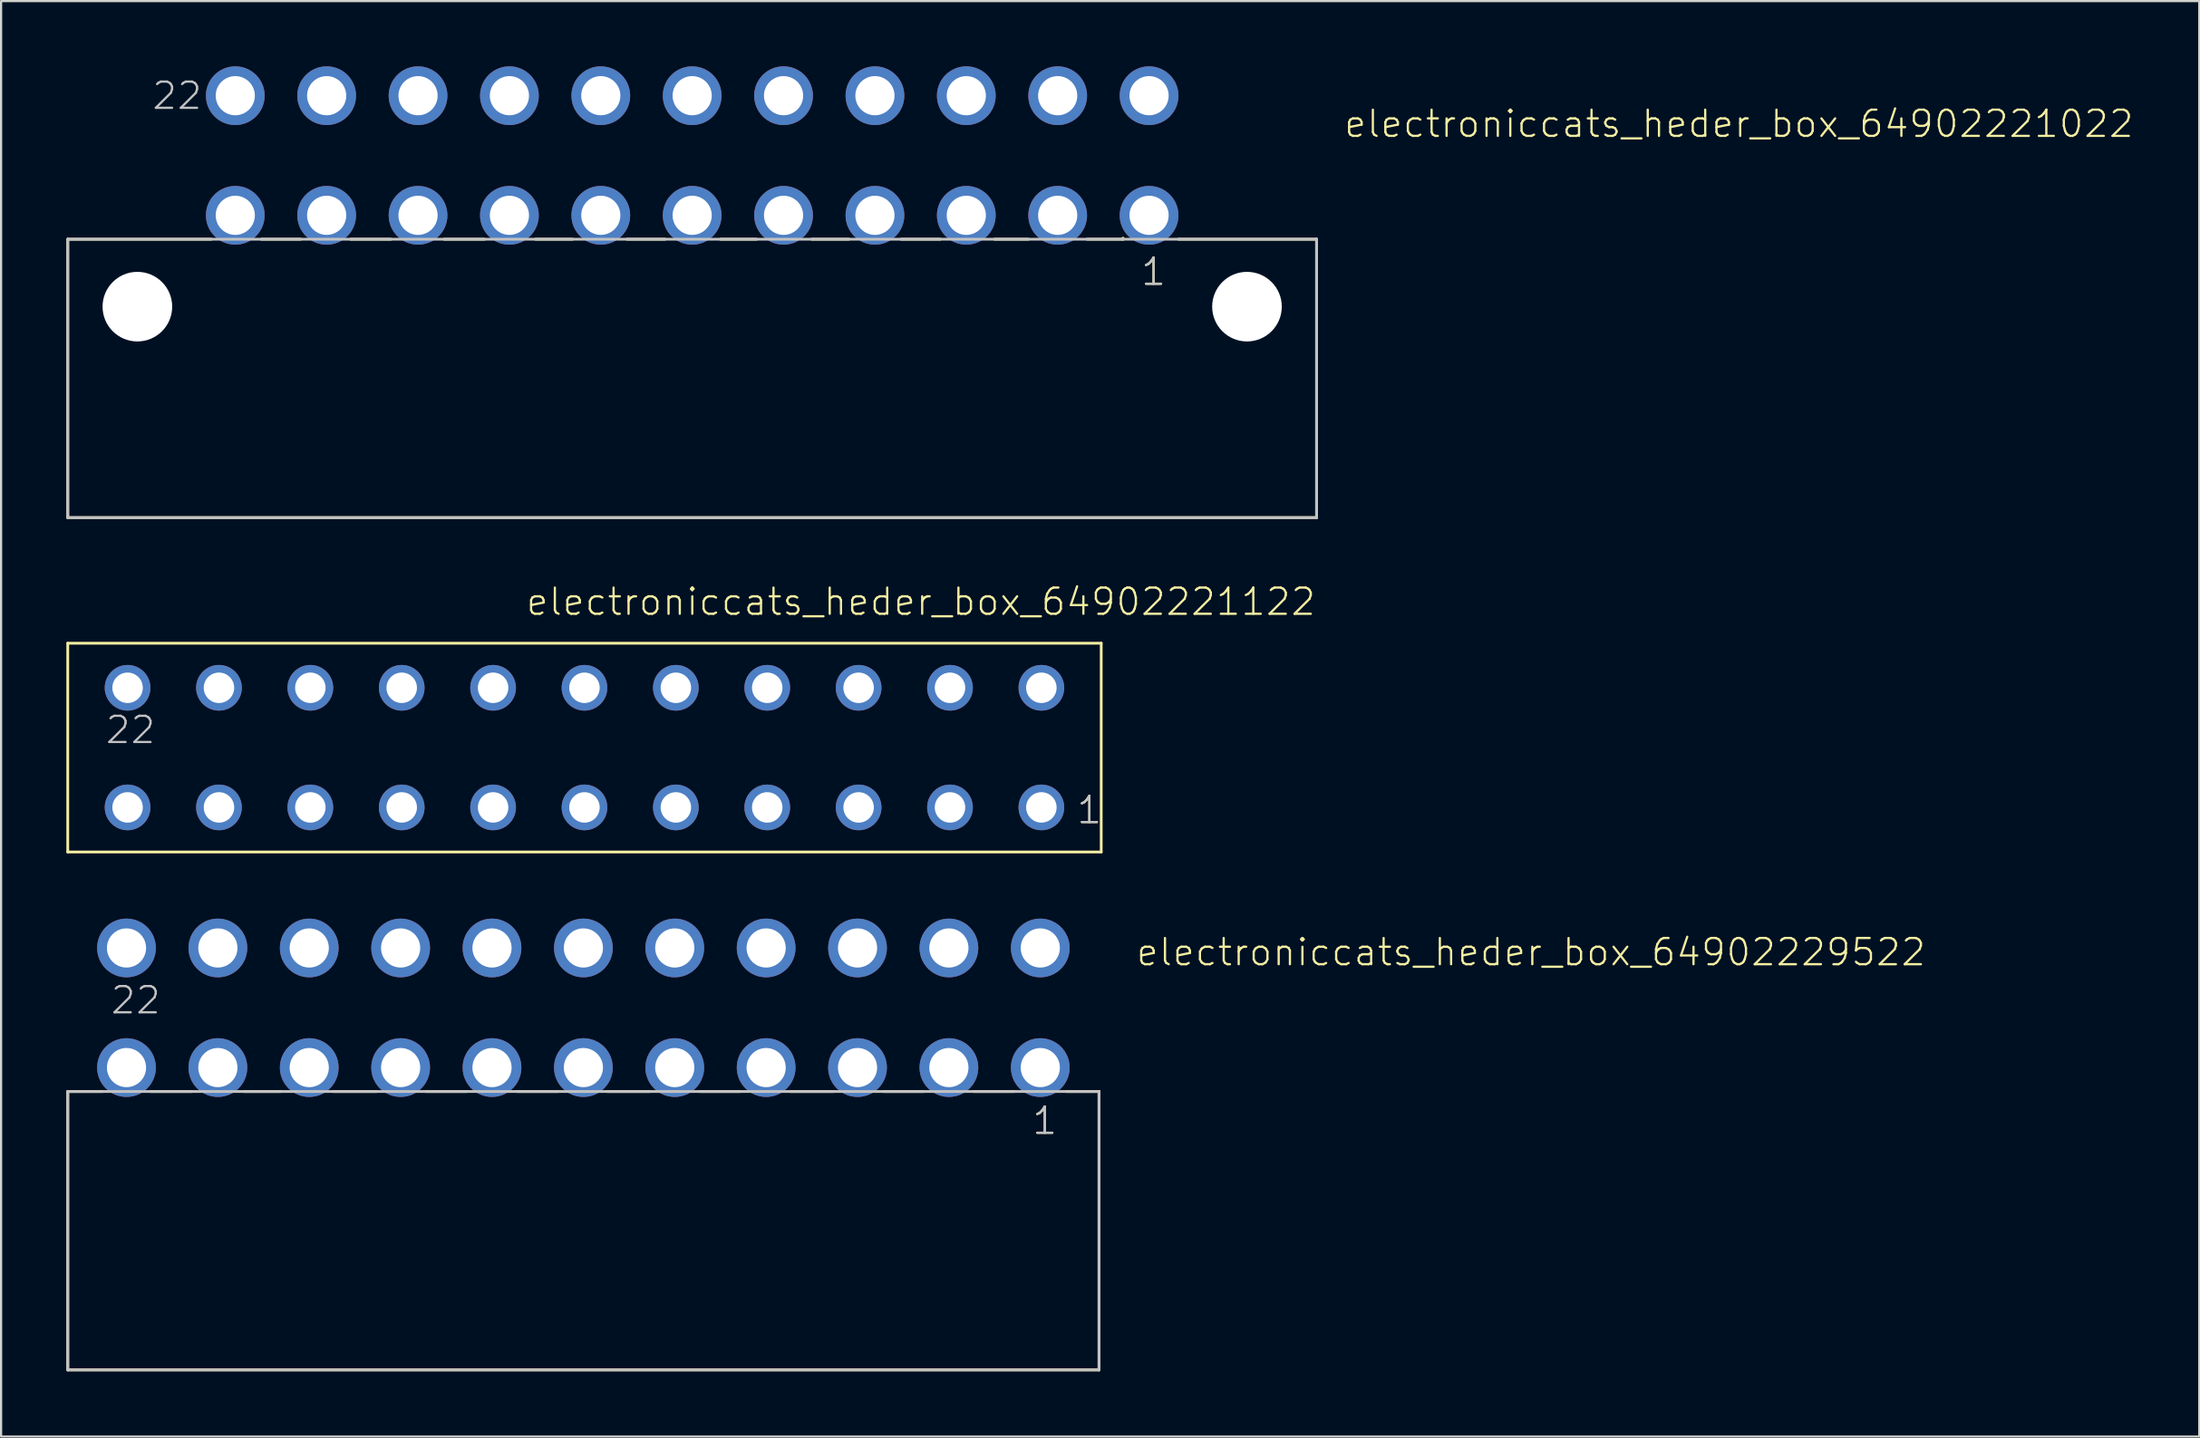
<source format=kicad_pcb>
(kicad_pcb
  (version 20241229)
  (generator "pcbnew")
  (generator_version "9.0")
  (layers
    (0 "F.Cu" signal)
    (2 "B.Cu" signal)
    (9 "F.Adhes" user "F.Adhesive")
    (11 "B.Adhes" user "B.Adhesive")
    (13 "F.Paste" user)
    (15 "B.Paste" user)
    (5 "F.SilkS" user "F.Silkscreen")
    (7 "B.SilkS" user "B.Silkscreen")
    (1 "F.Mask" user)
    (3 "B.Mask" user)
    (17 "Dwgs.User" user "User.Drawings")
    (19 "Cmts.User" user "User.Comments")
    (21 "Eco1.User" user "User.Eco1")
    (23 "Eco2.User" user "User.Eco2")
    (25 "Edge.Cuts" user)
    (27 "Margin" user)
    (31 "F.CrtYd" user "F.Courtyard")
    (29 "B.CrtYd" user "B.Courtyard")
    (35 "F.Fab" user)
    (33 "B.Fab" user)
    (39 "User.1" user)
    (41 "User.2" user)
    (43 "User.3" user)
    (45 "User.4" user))
  (footprint "electroniccats_heder_box_64902221122"
    (layer "F.Cu")
    (at 23.814 31.325)
    (property "Reference" "electroniccats_heder_box_64902221122" (at -2.75 -6 0) (layer "F.SilkS") (effects (font (size 1.206 1.206) (thickness 0.102)) (justify left bottom)))
    (attr through_hole)
    (fp_line (start -23.75 -4.8) (end 23.75 -4.8) (stroke (width 0.127) (type solid)) (layer "F.SilkS"))
    (fp_line (start -23.75 4.8) (end -23.75 -4.8) (stroke (width 0.127) (type solid)) (layer "F.SilkS"))
    (fp_line (start 23.75 -4.8) (end 23.75 4.8) (stroke (width 0.127) (type solid)) (layer "F.SilkS"))
    (fp_line (start 23.75 4.8) (end -23.75 4.8) (stroke (width 0.127) (type solid)) (layer "F.SilkS"))
    (fp_text user "1" (at 22.565 3.575 0) (layer "F.SilkS") (effects (font (size 1.206 1.206) (thickness 0.102)) (justify left bottom)))
    (fp_text user "22" (at -22.08 -0.105 0) (layer "Dwgs.User") (effects (font (size 1.206 1.206) (thickness 0.102)) (justify left bottom)))
    (fp_text user "1" (at 22.565 3.575 0) (layer "Dwgs.User") (effects (font (size 1.206 1.206) (thickness 0.102)) (justify left bottom)))
    (pad "1" thru_hole circle (at 21 2.75) (size 2.1 2.1) (drill 1.4) (layers "*.Cu" "*.Mask"))
    (pad "2" thru_hole circle (at 16.8 2.75) (size 2.1 2.1) (drill 1.4) (layers "*.Cu" "*.Mask"))
    (pad "3" thru_hole circle (at 12.6 2.75) (size 2.1 2.1) (drill 1.4) (layers "*.Cu" "*.Mask"))
    (pad "4" thru_hole circle (at 8.4 2.75) (size 2.1 2.1) (drill 1.4) (layers "*.Cu" "*.Mask"))
    (pad "5" thru_hole circle (at 4.2 2.75) (size 2.1 2.1) (drill 1.4) (layers "*.Cu" "*.Mask"))
    (pad "6" thru_hole circle (at 0 2.75) (size 2.1 2.1) (drill 1.4) (layers "*.Cu" "*.Mask"))
    (pad "7" thru_hole circle (at -4.2 2.75) (size 2.1 2.1) (drill 1.4) (layers "*.Cu" "*.Mask"))
    (pad "8" thru_hole circle (at -8.4 2.75) (size 2.1 2.1) (drill 1.4) (layers "*.Cu" "*.Mask"))
    (pad "9" thru_hole circle (at -12.6 2.75) (size 2.1 2.1) (drill 1.4) (layers "*.Cu" "*.Mask"))
    (pad "10" thru_hole circle (at -16.8 2.75) (size 2.1 2.1) (drill 1.4) (layers "*.Cu" "*.Mask"))
    (pad "11" thru_hole circle (at -21 2.75) (size 2.1 2.1) (drill 1.4) (layers "*.Cu" "*.Mask"))
    (pad "12" thru_hole circle (at 21 -2.75) (size 2.1 2.1) (drill 1.4) (layers "*.Cu" "*.Mask"))
    (pad "13" thru_hole circle (at 16.8 -2.75) (size 2.1 2.1) (drill 1.4) (layers "*.Cu" "*.Mask"))
    (pad "14" thru_hole circle (at 12.6 -2.75) (size 2.1 2.1) (drill 1.4) (layers "*.Cu" "*.Mask"))
    (pad "15" thru_hole circle (at 8.4 -2.75) (size 2.1 2.1) (drill 1.4) (layers "*.Cu" "*.Mask"))
    (pad "16" thru_hole circle (at 4.2 -2.75) (size 2.1 2.1) (drill 1.4) (layers "*.Cu" "*.Mask"))
    (pad "17" thru_hole circle (at 0 -2.75) (size 2.1 2.1) (drill 1.4) (layers "*.Cu" "*.Mask"))
    (pad "18" thru_hole circle (at -4.2 -2.75) (size 2.1 2.1) (drill 1.4) (layers "*.Cu" "*.Mask"))
    (pad "19" thru_hole circle (at -8.4 -2.75) (size 2.1 2.1) (drill 1.4) (layers "*.Cu" "*.Mask"))
    (pad "20" thru_hole circle (at -12.6 -2.75) (size 2.1 2.1) (drill 1.4) (layers "*.Cu" "*.Mask"))
    (pad "21" thru_hole circle (at -16.8 -2.75) (size 2.1 2.1) (drill 1.4) (layers "*.Cu" "*.Mask"))
    (pad "22" thru_hole circle (at -21 -2.75) (size 2.1 2.1) (drill 1.4) (layers "*.Cu" "*.Mask")))
  (footprint "electroniccats_heder_box_64902229522"
    (layer "F.Cu")
    (at 23.764 43.288)
    (property "Reference" "electroniccats_heder_box_64902229522" (at 25.343 -1.85 0) (layer "F.SilkS") (effects (font (size 1.206 1.206) (thickness 0.102)) (justify left bottom)))
    (attr through_hole)
    (fp_line (start -23.7 3.85) (end -22.1 3.85) (stroke (width 0.127) (type solid)) (layer "F.SilkS"))
    (fp_line (start -23.7 16.65) (end -23.7 3.85) (stroke (width 0.127) (type solid)) (layer "F.SilkS"))
    (fp_line (start -19.9 3.85) (end -18 3.85) (stroke (width 0.127) (type solid)) (layer "F.SilkS"))
    (fp_line (start -15.6 3.85) (end -13.9 3.85) (stroke (width 0.127) (type solid)) (layer "F.SilkS"))
    (fp_line (start -11.5 3.85) (end -9.5 3.85) (stroke (width 0.127) (type solid)) (layer "F.SilkS"))
    (fp_line (start -7.25 3.85) (end -5.35 3.85) (stroke (width 0.127) (type solid)) (layer "F.SilkS"))
    (fp_line (start -3.05 3.85) (end -1.15 3.85) (stroke (width 0.127) (type solid)) (layer "F.SilkS"))
    (fp_line (start 1.1 3.85) (end 3.05 3.85) (stroke (width 0.127) (type solid)) (layer "F.SilkS"))
    (fp_line (start 5.35 3.85) (end 7.2 3.85) (stroke (width 0.127) (type solid)) (layer "F.SilkS"))
    (fp_line (start 9.5 3.85) (end 11.5 3.85) (stroke (width 0.127) (type solid)) (layer "F.SilkS"))
    (fp_line (start 13.8 3.85) (end 15.65 3.85) (stroke (width 0.127) (type solid)) (layer "F.SilkS"))
    (fp_line (start 17.95 3.85) (end 19.8 3.85) (stroke (width 0.127) (type solid)) (layer "F.SilkS"))
    (fp_line (start 22.2 3.85) (end 23.7 3.85) (stroke (width 0.127) (type solid)) (layer "F.SilkS"))
    (fp_line (start 23.7 3.85) (end 23.7 16.65) (stroke (width 0.127) (type solid)) (layer "F.SilkS"))
    (fp_line (start 23.7 16.65) (end -23.7 16.65) (stroke (width 0.127) (type solid)) (layer "F.SilkS"))
    (fp_line (start -23.7 3.85) (end 23.7 3.85) (stroke (width 0.127) (type solid)) (layer "Dwgs.User"))
    (fp_line (start -23.7 16.65) (end -23.7 3.85) (stroke (width 0.127) (type solid)) (layer "Dwgs.User"))
    (fp_line (start 23.7 3.85) (end 23.7 16.65) (stroke (width 0.127) (type solid)) (layer "Dwgs.User"))
    (fp_line (start 23.7 16.65) (end -23.7 16.65) (stroke (width 0.127) (type solid)) (layer "Dwgs.User"))
    (fp_text user "1" (at 20.565 5.9 0) (layer "F.SilkS") (effects (font (size 1.206 1.206) (thickness 0.102)) (justify left bottom)))
    (fp_text user "1" (at 20.565 5.9 0) (layer "Dwgs.User") (effects (font (size 1.206 1.206) (thickness 0.102)) (justify left bottom)))
    (fp_text user "22" (at -21.79 0.36 0) (layer "Dwgs.User") (effects (font (size 1.206 1.206) (thickness 0.102)) (justify left bottom)))
    (pad "1" thru_hole circle (at 21 2.75) (size 2.7 2.7) (drill 1.8) (layers "*.Cu" "*.Mask"))
    (pad "2" thru_hole circle (at 16.8 2.75) (size 2.7 2.7) (drill 1.8) (layers "*.Cu" "*.Mask"))
    (pad "3" thru_hole circle (at 12.6 2.75) (size 2.7 2.7) (drill 1.8) (layers "*.Cu" "*.Mask"))
    (pad "4" thru_hole circle (at 8.4 2.75) (size 2.7 2.7) (drill 1.8) (layers "*.Cu" "*.Mask"))
    (pad "5" thru_hole circle (at 4.2 2.75) (size 2.7 2.7) (drill 1.8) (layers "*.Cu" "*.Mask"))
    (pad "6" thru_hole circle (at 0 2.75) (size 2.7 2.7) (drill 1.8) (layers "*.Cu" "*.Mask"))
    (pad "7" thru_hole circle (at -4.2 2.75) (size 2.7 2.7) (drill 1.8) (layers "*.Cu" "*.Mask"))
    (pad "8" thru_hole circle (at -8.4 2.75) (size 2.7 2.7) (drill 1.8) (layers "*.Cu" "*.Mask"))
    (pad "9" thru_hole circle (at -12.6 2.75) (size 2.7 2.7) (drill 1.8) (layers "*.Cu" "*.Mask"))
    (pad "10" thru_hole circle (at -16.8 2.75) (size 2.7 2.7) (drill 1.8) (layers "*.Cu" "*.Mask"))
    (pad "11" thru_hole circle (at -21 2.75) (size 2.7 2.7) (drill 1.8) (layers "*.Cu" "*.Mask"))
    (pad "12" thru_hole circle (at 21 -2.75) (size 2.7 2.7) (drill 1.8) (layers "*.Cu" "*.Mask"))
    (pad "13" thru_hole circle (at 16.8 -2.75) (size 2.7 2.7) (drill 1.8) (layers "*.Cu" "*.Mask"))
    (pad "14" thru_hole circle (at 12.6 -2.75) (size 2.7 2.7) (drill 1.8) (layers "*.Cu" "*.Mask"))
    (pad "15" thru_hole circle (at 8.4 -2.75) (size 2.7 2.7) (drill 1.8) (layers "*.Cu" "*.Mask"))
    (pad "16" thru_hole circle (at 4.2 -2.75) (size 2.7 2.7) (drill 1.8) (layers "*.Cu" "*.Mask"))
    (pad "17" thru_hole circle (at 0 -2.75) (size 2.7 2.7) (drill 1.8) (layers "*.Cu" "*.Mask"))
    (pad "18" thru_hole circle (at -4.2 -2.75) (size 2.7 2.7) (drill 1.8) (layers "*.Cu" "*.Mask"))
    (pad "19" thru_hole circle (at -8.4 -2.75) (size 2.7 2.7) (drill 1.8) (layers "*.Cu" "*.Mask"))
    (pad "20" thru_hole circle (at -12.6 -2.75) (size 2.7 2.7) (drill 1.8) (layers "*.Cu" "*.Mask"))
    (pad "21" thru_hole circle (at -16.8 -2.75) (size 2.7 2.7) (drill 1.8) (layers "*.Cu" "*.Mask"))
    (pad "22" thru_hole circle (at -21 -2.75) (size 2.7 2.7) (drill 1.8) (layers "*.Cu" "*.Mask")))
  (footprint "electroniccats_heder_box_64902221022"
    (layer "F.Cu")
    (at 28.764 11.05)
    (property "Reference" "electroniccats_heder_box_64902221022" (at 29.898 -7.7 0) (layer "F.SilkS") (effects (font (size 1.206 1.206) (thickness 0.102)) (justify left bottom)))
    (attr through_hole)
    (fp_line (start -28.7 -3.1) (end -22.1 -3.1) (stroke (width 0.127) (type solid)) (layer "F.SilkS"))
    (fp_line (start -28.7 9.7) (end -28.7 -3.1) (stroke (width 0.127) (type solid)) (layer "F.SilkS"))
    (fp_line (start -19.8 -3.1) (end -18 -3.1) (stroke (width 0.127) (type solid)) (layer "F.SilkS"))
    (fp_line (start -15.7 -3.1) (end -13.85 -3.1) (stroke (width 0.127) (type solid)) (layer "F.SilkS"))
    (fp_line (start -11.4 -3.1) (end -9.55 -3.1) (stroke (width 0.127) (type solid)) (layer "F.SilkS"))
    (fp_line (start -7.2 -3.1) (end -5.5 -3.1) (stroke (width 0.127) (type solid)) (layer "F.SilkS"))
    (fp_line (start -3 -3.1) (end -1.25 -3.1) (stroke (width 0.127) (type solid)) (layer "F.SilkS"))
    (fp_line (start 1.3 -3.1) (end 2.95 -3.1) (stroke (width 0.127) (type solid)) (layer "F.SilkS"))
    (fp_line (start 5.5 -3.1) (end 7.2 -3.1) (stroke (width 0.127) (type solid)) (layer "F.SilkS"))
    (fp_line (start 9.6 -3.1) (end 11.4 -3.1) (stroke (width 0.127) (type solid)) (layer "F.SilkS"))
    (fp_line (start 13.9 -3.1) (end 15.45 -3.1) (stroke (width 0.127) (type solid)) (layer "F.SilkS"))
    (fp_line (start 18.15 -3.1) (end 19.8 -3.1) (stroke (width 0.127) (type solid)) (layer "F.SilkS"))
    (fp_line (start 19.8 -3.1) (end 19.8 -3.15) (stroke (width 0.127) (type solid)) (layer "F.SilkS"))
    (fp_line (start 22.35 -3.1) (end 28.7 -3.1) (stroke (width 0.127) (type solid)) (layer "F.SilkS"))
    (fp_line (start 28.7 -3.1) (end 28.7 9.7) (stroke (width 0.127) (type solid)) (layer "F.SilkS"))
    (fp_line (start 28.7 9.7) (end -28.7 9.7) (stroke (width 0.127) (type solid)) (layer "F.SilkS"))
    (fp_line (start -28.7 -3.1) (end 28.7 -3.1) (stroke (width 0.127) (type solid)) (layer "Dwgs.User"))
    (fp_line (start -28.7 9.7) (end -28.7 -3.1) (stroke (width 0.127) (type solid)) (layer "Dwgs.User"))
    (fp_line (start 28.7 -3.1) (end 28.7 9.7) (stroke (width 0.127) (type solid)) (layer "Dwgs.User"))
    (fp_line (start 28.7 9.7) (end -28.7 9.7) (stroke (width 0.127) (type solid)) (layer "Dwgs.User"))
    (fp_text user "1" (at 20.565 -0.9 0) (layer "F.SilkS") (effects (font (size 1.206 1.206) (thickness 0.102)) (justify left bottom)))
    (fp_text user "1" (at 20.565 -0.9 0) (layer "Dwgs.User") (effects (font (size 1.206 1.206) (thickness 0.102)) (justify left bottom)))
    (fp_text user "22" (at -24.89 -8.99 0) (layer "Dwgs.User") (effects (font (size 1.206 1.206) (thickness 0.102)) (justify left bottom)))
    (pad "" np_thru_hole circle (at -25.5 0) (size 3.2 3.2) (drill 3.2) (layers "*.Cu"))
    (pad "" np_thru_hole circle (at 25.5 0) (size 3.2 3.2) (drill 3.2) (layers "*.Cu"))
    (pad "1" thru_hole circle (at 21 -4.2) (size 2.7 2.7) (drill 1.8) (layers "*.Cu" "*.Mask"))
    (pad "2" thru_hole circle (at 16.8 -4.2) (size 2.7 2.7) (drill 1.8) (layers "*.Cu" "*.Mask"))
    (pad "3" thru_hole circle (at 12.6 -4.2) (size 2.7 2.7) (drill 1.8) (layers "*.Cu" "*.Mask"))
    (pad "4" thru_hole circle (at 8.4 -4.2) (size 2.7 2.7) (drill 1.8) (layers "*.Cu" "*.Mask"))
    (pad "5" thru_hole circle (at 4.2 -4.2) (size 2.7 2.7) (drill 1.8) (layers "*.Cu" "*.Mask"))
    (pad "6" thru_hole circle (at 0 -4.2) (size 2.7 2.7) (drill 1.8) (layers "*.Cu" "*.Mask"))
    (pad "7" thru_hole circle (at -4.2 -4.2) (size 2.7 2.7) (drill 1.8) (layers "*.Cu" "*.Mask"))
    (pad "8" thru_hole circle (at -8.4 -4.2) (size 2.7 2.7) (drill 1.8) (layers "*.Cu" "*.Mask"))
    (pad "9" thru_hole circle (at -12.6 -4.2) (size 2.7 2.7) (drill 1.8) (layers "*.Cu" "*.Mask"))
    (pad "10" thru_hole circle (at -16.8 -4.2) (size 2.7 2.7) (drill 1.8) (layers "*.Cu" "*.Mask"))
    (pad "11" thru_hole circle (at -21 -4.2) (size 2.7 2.7) (drill 1.8) (layers "*.Cu" "*.Mask"))
    (pad "12" thru_hole circle (at 21 -9.7) (size 2.7 2.7) (drill 1.8) (layers "*.Cu" "*.Mask"))
    (pad "13" thru_hole circle (at 16.8 -9.7) (size 2.7 2.7) (drill 1.8) (layers "*.Cu" "*.Mask"))
    (pad "14" thru_hole circle (at 12.6 -9.7) (size 2.7 2.7) (drill 1.8) (layers "*.Cu" "*.Mask"))
    (pad "15" thru_hole circle (at 8.4 -9.7) (size 2.7 2.7) (drill 1.8) (layers "*.Cu" "*.Mask"))
    (pad "16" thru_hole circle (at 4.2 -9.7) (size 2.7 2.7) (drill 1.8) (layers "*.Cu" "*.Mask"))
    (pad "17" thru_hole circle (at 0 -9.7) (size 2.7 2.7) (drill 1.8) (layers "*.Cu" "*.Mask"))
    (pad "18" thru_hole circle (at -4.2 -9.7) (size 2.7 2.7) (drill 1.8) (layers "*.Cu" "*.Mask"))
    (pad "19" thru_hole circle (at -8.4 -9.7) (size 2.7 2.7) (drill 1.8) (layers "*.Cu" "*.Mask"))
    (pad "20" thru_hole circle (at -12.6 -9.7) (size 2.7 2.7) (drill 1.8) (layers "*.Cu" "*.Mask"))
    (pad "21" thru_hole circle (at -16.8 -9.7) (size 2.7 2.7) (drill 1.8) (layers "*.Cu" "*.Mask"))
    (pad "22" thru_hole circle (at -21 -9.7) (size 2.7 2.7) (drill 1.8) (layers "*.Cu" "*.Mask")))
  (gr_rect
    (start -3 -3)
    (end 98.034 63.002)
    (stroke (width 0.1) (type default))
    (fill no)
    (layer "Edge.Cuts")))
</source>
